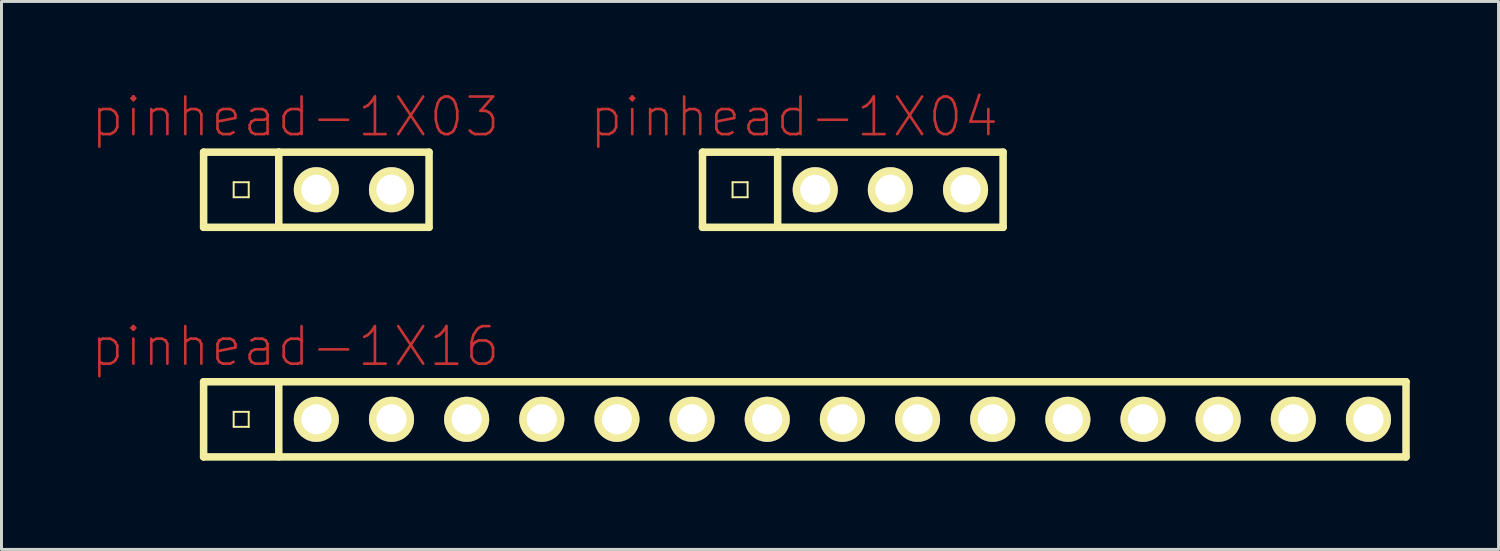
<source format=kicad_pcb>
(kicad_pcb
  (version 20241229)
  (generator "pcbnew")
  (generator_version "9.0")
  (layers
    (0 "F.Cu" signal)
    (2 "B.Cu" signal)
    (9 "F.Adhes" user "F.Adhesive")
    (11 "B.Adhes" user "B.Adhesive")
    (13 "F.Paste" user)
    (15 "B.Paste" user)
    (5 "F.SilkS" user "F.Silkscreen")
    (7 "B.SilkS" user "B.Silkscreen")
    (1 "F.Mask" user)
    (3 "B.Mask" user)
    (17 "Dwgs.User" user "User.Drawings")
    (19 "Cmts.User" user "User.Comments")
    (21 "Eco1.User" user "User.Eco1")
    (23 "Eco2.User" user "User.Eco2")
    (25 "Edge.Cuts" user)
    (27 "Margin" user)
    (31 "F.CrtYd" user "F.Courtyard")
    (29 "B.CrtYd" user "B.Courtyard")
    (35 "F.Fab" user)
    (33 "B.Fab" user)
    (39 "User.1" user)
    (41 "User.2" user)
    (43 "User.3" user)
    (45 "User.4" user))
  (footprint "pinhead-1X16"
    (layer "F.Cu")
    (at 24.152 11.123)
    (property "Reference" "pinhead-1X16" (at -17.221 -2.464 0) (layer "F.Cu") (effects (font (size 1.27 1.27) (thickness 0.089))))
    (attr exclude_from_pos_files exclude_from_bom)
    (fp_line (start -20.32 -1.27) (end -20.32 1.27) (stroke (width 0.254) (type solid)) (layer "F.SilkS"))
    (fp_line (start -20.32 -1.27) (end -17.78 -1.27) (stroke (width 0.254) (type solid)) (layer "F.SilkS"))
    (fp_line (start -19.304 -0.254) (end -18.796 -0.254) (stroke (width 0.066) (type solid)) (layer "F.SilkS"))
    (fp_line (start -19.304 0.254) (end -19.304 -0.254) (stroke (width 0.066) (type solid)) (layer "F.SilkS"))
    (fp_line (start -19.304 0.254) (end -18.796 0.254) (stroke (width 0.066) (type solid)) (layer "F.SilkS"))
    (fp_line (start -18.796 0.254) (end -18.796 -0.254) (stroke (width 0.066) (type solid)) (layer "F.SilkS"))
    (fp_line (start -17.78 -1.27) (end -17.78 1.27) (stroke (width 0.254) (type solid)) (layer "F.SilkS"))
    (fp_line (start -17.78 -1.27) (end 20.32 -1.27) (stroke (width 0.254) (type solid)) (layer "F.SilkS"))
    (fp_line (start -16.764 -0.254) (end -16.256 -0.254) (stroke (width 0.066) (type solid)) (layer "F.SilkS"))
    (fp_line (start -16.764 0.254) (end -16.764 -0.254) (stroke (width 0.066) (type solid)) (layer "F.SilkS"))
    (fp_line (start -16.764 0.254) (end -16.256 0.254) (stroke (width 0.066) (type solid)) (layer "F.SilkS"))
    (fp_line (start -16.256 0.254) (end -16.256 -0.254) (stroke (width 0.066) (type solid)) (layer "F.SilkS"))
    (fp_line (start -14.224 -0.254) (end -13.716 -0.254) (stroke (width 0.066) (type solid)) (layer "F.SilkS"))
    (fp_line (start -14.224 0.254) (end -14.224 -0.254) (stroke (width 0.066) (type solid)) (layer "F.SilkS"))
    (fp_line (start -14.224 0.254) (end -13.716 0.254) (stroke (width 0.066) (type solid)) (layer "F.SilkS"))
    (fp_line (start -13.716 0.254) (end -13.716 -0.254) (stroke (width 0.066) (type solid)) (layer "F.SilkS"))
    (fp_line (start -11.684 -0.254) (end -11.176 -0.254) (stroke (width 0.066) (type solid)) (layer "F.SilkS"))
    (fp_line (start -11.684 0.254) (end -11.684 -0.254) (stroke (width 0.066) (type solid)) (layer "F.SilkS"))
    (fp_line (start -11.684 0.254) (end -11.176 0.254) (stroke (width 0.066) (type solid)) (layer "F.SilkS"))
    (fp_line (start -11.176 0.254) (end -11.176 -0.254) (stroke (width 0.066) (type solid)) (layer "F.SilkS"))
    (fp_line (start -9.144 -0.254) (end -8.636 -0.254) (stroke (width 0.066) (type solid)) (layer "F.SilkS"))
    (fp_line (start -9.144 0.254) (end -9.144 -0.254) (stroke (width 0.066) (type solid)) (layer "F.SilkS"))
    (fp_line (start -9.144 0.254) (end -8.636 0.254) (stroke (width 0.066) (type solid)) (layer "F.SilkS"))
    (fp_line (start -8.636 0.254) (end -8.636 -0.254) (stroke (width 0.066) (type solid)) (layer "F.SilkS"))
    (fp_line (start -6.604 -0.254) (end -6.096 -0.254) (stroke (width 0.066) (type solid)) (layer "F.SilkS"))
    (fp_line (start -6.604 0.254) (end -6.604 -0.254) (stroke (width 0.066) (type solid)) (layer "F.SilkS"))
    (fp_line (start -6.604 0.254) (end -6.096 0.254) (stroke (width 0.066) (type solid)) (layer "F.SilkS"))
    (fp_line (start -6.096 0.254) (end -6.096 -0.254) (stroke (width 0.066) (type solid)) (layer "F.SilkS"))
    (fp_line (start -4.064 -0.254) (end -3.556 -0.254) (stroke (width 0.066) (type solid)) (layer "F.SilkS"))
    (fp_line (start -4.064 0.254) (end -4.064 -0.254) (stroke (width 0.066) (type solid)) (layer "F.SilkS"))
    (fp_line (start -4.064 0.254) (end -3.556 0.254) (stroke (width 0.066) (type solid)) (layer "F.SilkS"))
    (fp_line (start -3.556 0.254) (end -3.556 -0.254) (stroke (width 0.066) (type solid)) (layer "F.SilkS"))
    (fp_line (start -1.524 -0.254) (end -1.016 -0.254) (stroke (width 0.066) (type solid)) (layer "F.SilkS"))
    (fp_line (start -1.524 0.254) (end -1.524 -0.254) (stroke (width 0.066) (type solid)) (layer "F.SilkS"))
    (fp_line (start -1.524 0.254) (end -1.016 0.254) (stroke (width 0.066) (type solid)) (layer "F.SilkS"))
    (fp_line (start -1.016 0.254) (end -1.016 -0.254) (stroke (width 0.066) (type solid)) (layer "F.SilkS"))
    (fp_line (start 1.016 -0.254) (end 1.524 -0.254) (stroke (width 0.066) (type solid)) (layer "F.SilkS"))
    (fp_line (start 1.016 0.254) (end 1.016 -0.254) (stroke (width 0.066) (type solid)) (layer "F.SilkS"))
    (fp_line (start 1.016 0.254) (end 1.524 0.254) (stroke (width 0.066) (type solid)) (layer "F.SilkS"))
    (fp_line (start 1.524 0.254) (end 1.524 -0.254) (stroke (width 0.066) (type solid)) (layer "F.SilkS"))
    (fp_line (start 3.556 -0.254) (end 4.064 -0.254) (stroke (width 0.066) (type solid)) (layer "F.SilkS"))
    (fp_line (start 3.556 0.254) (end 3.556 -0.254) (stroke (width 0.066) (type solid)) (layer "F.SilkS"))
    (fp_line (start 3.556 0.254) (end 4.064 0.254) (stroke (width 0.066) (type solid)) (layer "F.SilkS"))
    (fp_line (start 4.064 0.254) (end 4.064 -0.254) (stroke (width 0.066) (type solid)) (layer "F.SilkS"))
    (fp_line (start 6.096 -0.254) (end 6.604 -0.254) (stroke (width 0.066) (type solid)) (layer "F.SilkS"))
    (fp_line (start 6.096 0.254) (end 6.096 -0.254) (stroke (width 0.066) (type solid)) (layer "F.SilkS"))
    (fp_line (start 6.096 0.254) (end 6.604 0.254) (stroke (width 0.066) (type solid)) (layer "F.SilkS"))
    (fp_line (start 6.604 0.254) (end 6.604 -0.254) (stroke (width 0.066) (type solid)) (layer "F.SilkS"))
    (fp_line (start 8.636 -0.254) (end 9.144 -0.254) (stroke (width 0.066) (type solid)) (layer "F.SilkS"))
    (fp_line (start 8.636 0.254) (end 8.636 -0.254) (stroke (width 0.066) (type solid)) (layer "F.SilkS"))
    (fp_line (start 8.636 0.254) (end 9.144 0.254) (stroke (width 0.066) (type solid)) (layer "F.SilkS"))
    (fp_line (start 9.144 0.254) (end 9.144 -0.254) (stroke (width 0.066) (type solid)) (layer "F.SilkS"))
    (fp_line (start 11.176 -0.254) (end 11.684 -0.254) (stroke (width 0.066) (type solid)) (layer "F.SilkS"))
    (fp_line (start 11.176 0.254) (end 11.176 -0.254) (stroke (width 0.066) (type solid)) (layer "F.SilkS"))
    (fp_line (start 11.176 0.254) (end 11.684 0.254) (stroke (width 0.066) (type solid)) (layer "F.SilkS"))
    (fp_line (start 11.684 0.254) (end 11.684 -0.254) (stroke (width 0.066) (type solid)) (layer "F.SilkS"))
    (fp_line (start 13.716 -0.254) (end 14.224 -0.254) (stroke (width 0.066) (type solid)) (layer "F.SilkS"))
    (fp_line (start 13.716 0.254) (end 13.716 -0.254) (stroke (width 0.066) (type solid)) (layer "F.SilkS"))
    (fp_line (start 13.716 0.254) (end 14.224 0.254) (stroke (width 0.066) (type solid)) (layer "F.SilkS"))
    (fp_line (start 14.224 0.254) (end 14.224 -0.254) (stroke (width 0.066) (type solid)) (layer "F.SilkS"))
    (fp_line (start 16.256 -0.254) (end 16.764 -0.254) (stroke (width 0.066) (type solid)) (layer "F.SilkS"))
    (fp_line (start 16.256 0.254) (end 16.256 -0.254) (stroke (width 0.066) (type solid)) (layer "F.SilkS"))
    (fp_line (start 16.256 0.254) (end 16.764 0.254) (stroke (width 0.066) (type solid)) (layer "F.SilkS"))
    (fp_line (start 16.764 0.254) (end 16.764 -0.254) (stroke (width 0.066) (type solid)) (layer "F.SilkS"))
    (fp_line (start 18.796 -0.254) (end 19.304 -0.254) (stroke (width 0.066) (type solid)) (layer "F.SilkS"))
    (fp_line (start 18.796 0.254) (end 18.796 -0.254) (stroke (width 0.066) (type solid)) (layer "F.SilkS"))
    (fp_line (start 18.796 0.254) (end 19.304 0.254) (stroke (width 0.066) (type solid)) (layer "F.SilkS"))
    (fp_line (start 19.304 0.254) (end 19.304 -0.254) (stroke (width 0.066) (type solid)) (layer "F.SilkS"))
    (fp_line (start 20.32 -1.27) (end 20.32 1.27) (stroke (width 0.254) (type solid)) (layer "F.SilkS"))
    (fp_line (start 20.32 1.27) (end -20.32 1.27) (stroke (width 0.254) (type solid)) (layer "F.SilkS"))
    (pad "1" thru_hole rect (at -19.05 0) (size 0.001 0.001) (drill 1.016) (layers "*.Cu" "F.Mask" "F.SilkS" "F.Paste"))
    (pad "2" thru_hole circle (at -16.51 0) (size 1.524 1.524) (drill 1.016) (layers "*.Cu" "F.Mask" "F.SilkS" "F.Paste"))
    (pad "3" thru_hole circle (at -13.97 0) (size 1.524 1.524) (drill 1.016) (layers "*.Cu" "F.Mask" "F.SilkS" "F.Paste"))
    (pad "4" thru_hole circle (at -11.43 0) (size 1.524 1.524) (drill 1.016) (layers "*.Cu" "F.Mask" "F.SilkS" "F.Paste"))
    (pad "5" thru_hole circle (at -8.89 0) (size 1.524 1.524) (drill 1.016) (layers "*.Cu" "F.Mask" "F.SilkS" "F.Paste"))
    (pad "6" thru_hole circle (at -6.35 0) (size 1.524 1.524) (drill 1.016) (layers "*.Cu" "F.Mask" "F.SilkS" "F.Paste"))
    (pad "7" thru_hole circle (at -3.81 0) (size 1.524 1.524) (drill 1.016) (layers "*.Cu" "F.Mask" "F.SilkS" "F.Paste"))
    (pad "8" thru_hole circle (at -1.27 0) (size 1.524 1.524) (drill 1.016) (layers "*.Cu" "F.Mask" "F.SilkS" "F.Paste"))
    (pad "9" thru_hole circle (at 1.27 0) (size 1.524 1.524) (drill 1.016) (layers "*.Cu" "F.Mask" "F.SilkS" "F.Paste"))
    (pad "10" thru_hole circle (at 3.81 0) (size 1.524 1.524) (drill 1.016) (layers "*.Cu" "F.Mask" "F.SilkS" "F.Paste"))
    (pad "11" thru_hole circle (at 6.35 0) (size 1.524 1.524) (drill 1.016) (layers "*.Cu" "F.Mask" "F.SilkS" "F.Paste"))
    (pad "12" thru_hole circle (at 8.89 0) (size 1.524 1.524) (drill 1.016) (layers "*.Cu" "F.Mask" "F.SilkS" "F.Paste"))
    (pad "13" thru_hole circle (at 11.43 0) (size 1.524 1.524) (drill 1.016) (layers "*.Cu" "F.Mask" "F.SilkS" "F.Paste"))
    (pad "14" thru_hole circle (at 13.97 0) (size 1.524 1.524) (drill 1.016) (layers "*.Cu" "F.Mask" "F.SilkS" "F.Paste"))
    (pad "15" thru_hole circle (at 16.51 0) (size 1.524 1.524) (drill 1.016) (layers "*.Cu" "F.Mask" "F.SilkS" "F.Paste"))
    (pad "16" thru_hole circle (at 19.05 0) (size 1.524 1.524) (drill 1.016) (layers "*.Cu" "F.Mask" "F.SilkS" "F.Paste")))
  (footprint "pinhead-1X03"
    (layer "F.Cu")
    (at 7.642 3.363)
    (property "Reference" "pinhead-1X03" (at -0.711 -2.464 0) (layer "F.Cu") (effects (font (size 1.27 1.27) (thickness 0.089))))
    (attr exclude_from_pos_files exclude_from_bom)
    (fp_line (start -3.81 -1.27) (end -3.81 1.27) (stroke (width 0.254) (type solid)) (layer "F.SilkS"))
    (fp_line (start -3.81 -1.27) (end -1.27 -1.27) (stroke (width 0.254) (type solid)) (layer "F.SilkS"))
    (fp_line (start -2.794 -0.254) (end -2.286 -0.254) (stroke (width 0.066) (type solid)) (layer "F.SilkS"))
    (fp_line (start -2.794 0.254) (end -2.794 -0.254) (stroke (width 0.066) (type solid)) (layer "F.SilkS"))
    (fp_line (start -2.794 0.254) (end -2.286 0.254) (stroke (width 0.066) (type solid)) (layer "F.SilkS"))
    (fp_line (start -2.286 0.254) (end -2.286 -0.254) (stroke (width 0.066) (type solid)) (layer "F.SilkS"))
    (fp_line (start -1.27 -1.27) (end -1.27 1.27) (stroke (width 0.254) (type solid)) (layer "F.SilkS"))
    (fp_line (start -1.27 -1.27) (end 3.81 -1.27) (stroke (width 0.254) (type solid)) (layer "F.SilkS"))
    (fp_line (start -0.254 -0.254) (end 0.254 -0.254) (stroke (width 0.066) (type solid)) (layer "F.SilkS"))
    (fp_line (start -0.254 0.254) (end -0.254 -0.254) (stroke (width 0.066) (type solid)) (layer "F.SilkS"))
    (fp_line (start -0.254 0.254) (end 0.254 0.254) (stroke (width 0.066) (type solid)) (layer "F.SilkS"))
    (fp_line (start 0.254 0.254) (end 0.254 -0.254) (stroke (width 0.066) (type solid)) (layer "F.SilkS"))
    (fp_line (start 2.286 -0.254) (end 2.794 -0.254) (stroke (width 0.066) (type solid)) (layer "F.SilkS"))
    (fp_line (start 2.286 0.254) (end 2.286 -0.254) (stroke (width 0.066) (type solid)) (layer "F.SilkS"))
    (fp_line (start 2.286 0.254) (end 2.794 0.254) (stroke (width 0.066) (type solid)) (layer "F.SilkS"))
    (fp_line (start 2.794 0.254) (end 2.794 -0.254) (stroke (width 0.066) (type solid)) (layer "F.SilkS"))
    (fp_line (start 3.81 -1.27) (end 3.81 1.27) (stroke (width 0.254) (type solid)) (layer "F.SilkS"))
    (fp_line (start 3.81 1.27) (end -3.81 1.27) (stroke (width 0.254) (type solid)) (layer "F.SilkS"))
    (pad "1" thru_hole rect (at -2.54 0) (size 0.001 0.001) (drill 1.016) (layers "*.Cu" "F.Mask" "F.SilkS" "F.Paste"))
    (pad "2" thru_hole circle (at 0 0) (size 1.524 1.524) (drill 1.016) (layers "*.Cu" "F.Mask" "F.SilkS" "F.Paste"))
    (pad "3" thru_hole circle (at 2.54 0) (size 1.524 1.524) (drill 1.016) (layers "*.Cu" "F.Mask" "F.SilkS" "F.Paste")))
  (footprint "pinhead-1X04"
    (layer "F.Cu")
    (at 25.774 3.363)
    (property "Reference" "pinhead-1X04" (at -1.981 -2.464 0) (layer "F.Cu") (effects (font (size 1.27 1.27) (thickness 0.089))))
    (attr exclude_from_pos_files exclude_from_bom)
    (fp_line (start -5.08 -1.27) (end -5.08 1.27) (stroke (width 0.254) (type solid)) (layer "F.SilkS"))
    (fp_line (start -5.08 -1.27) (end -2.54 -1.27) (stroke (width 0.254) (type solid)) (layer "F.SilkS"))
    (fp_line (start -4.064 -0.254) (end -3.556 -0.254) (stroke (width 0.066) (type solid)) (layer "F.SilkS"))
    (fp_line (start -4.064 0.254) (end -4.064 -0.254) (stroke (width 0.066) (type solid)) (layer "F.SilkS"))
    (fp_line (start -4.064 0.254) (end -3.556 0.254) (stroke (width 0.066) (type solid)) (layer "F.SilkS"))
    (fp_line (start -3.556 0.254) (end -3.556 -0.254) (stroke (width 0.066) (type solid)) (layer "F.SilkS"))
    (fp_line (start -2.54 -1.27) (end -2.54 1.27) (stroke (width 0.254) (type solid)) (layer "F.SilkS"))
    (fp_line (start -2.54 -1.27) (end 5.08 -1.27) (stroke (width 0.254) (type solid)) (layer "F.SilkS"))
    (fp_line (start -1.524 -0.254) (end -1.016 -0.254) (stroke (width 0.066) (type solid)) (layer "F.SilkS"))
    (fp_line (start -1.524 0.254) (end -1.524 -0.254) (stroke (width 0.066) (type solid)) (layer "F.SilkS"))
    (fp_line (start -1.524 0.254) (end -1.016 0.254) (stroke (width 0.066) (type solid)) (layer "F.SilkS"))
    (fp_line (start -1.016 0.254) (end -1.016 -0.254) (stroke (width 0.066) (type solid)) (layer "F.SilkS"))
    (fp_line (start 1.016 -0.254) (end 1.524 -0.254) (stroke (width 0.066) (type solid)) (layer "F.SilkS"))
    (fp_line (start 1.016 0.254) (end 1.016 -0.254) (stroke (width 0.066) (type solid)) (layer "F.SilkS"))
    (fp_line (start 1.016 0.254) (end 1.524 0.254) (stroke (width 0.066) (type solid)) (layer "F.SilkS"))
    (fp_line (start 1.524 0.254) (end 1.524 -0.254) (stroke (width 0.066) (type solid)) (layer "F.SilkS"))
    (fp_line (start 3.556 -0.254) (end 4.064 -0.254) (stroke (width 0.066) (type solid)) (layer "F.SilkS"))
    (fp_line (start 3.556 0.254) (end 3.556 -0.254) (stroke (width 0.066) (type solid)) (layer "F.SilkS"))
    (fp_line (start 3.556 0.254) (end 4.064 0.254) (stroke (width 0.066) (type solid)) (layer "F.SilkS"))
    (fp_line (start 4.064 0.254) (end 4.064 -0.254) (stroke (width 0.066) (type solid)) (layer "F.SilkS"))
    (fp_line (start 5.08 -1.27) (end 5.08 1.27) (stroke (width 0.254) (type solid)) (layer "F.SilkS"))
    (fp_line (start 5.08 1.27) (end -5.08 1.27) (stroke (width 0.254) (type solid)) (layer "F.SilkS"))
    (pad "1" thru_hole rect (at -3.81 0) (size 0.001 0.001) (drill 1.016) (layers "*.Cu" "F.Mask" "F.SilkS" "F.Paste"))
    (pad "2" thru_hole circle (at -1.27 0) (size 1.524 1.524) (drill 1.016) (layers "*.Cu" "F.Mask" "F.SilkS" "F.Paste"))
    (pad "3" thru_hole circle (at 1.27 0) (size 1.524 1.524) (drill 1.016) (layers "*.Cu" "F.Mask" "F.SilkS" "F.Paste"))
    (pad "4" thru_hole circle (at 3.81 0) (size 1.524 1.524) (drill 1.016) (layers "*.Cu" "F.Mask" "F.SilkS" "F.Paste")))
  (gr_rect
    (start -3 -3)
    (end 47.599 15.52)
    (stroke (width 0.1) (type default))
    (fill no)
    (layer "Edge.Cuts")))
</source>
